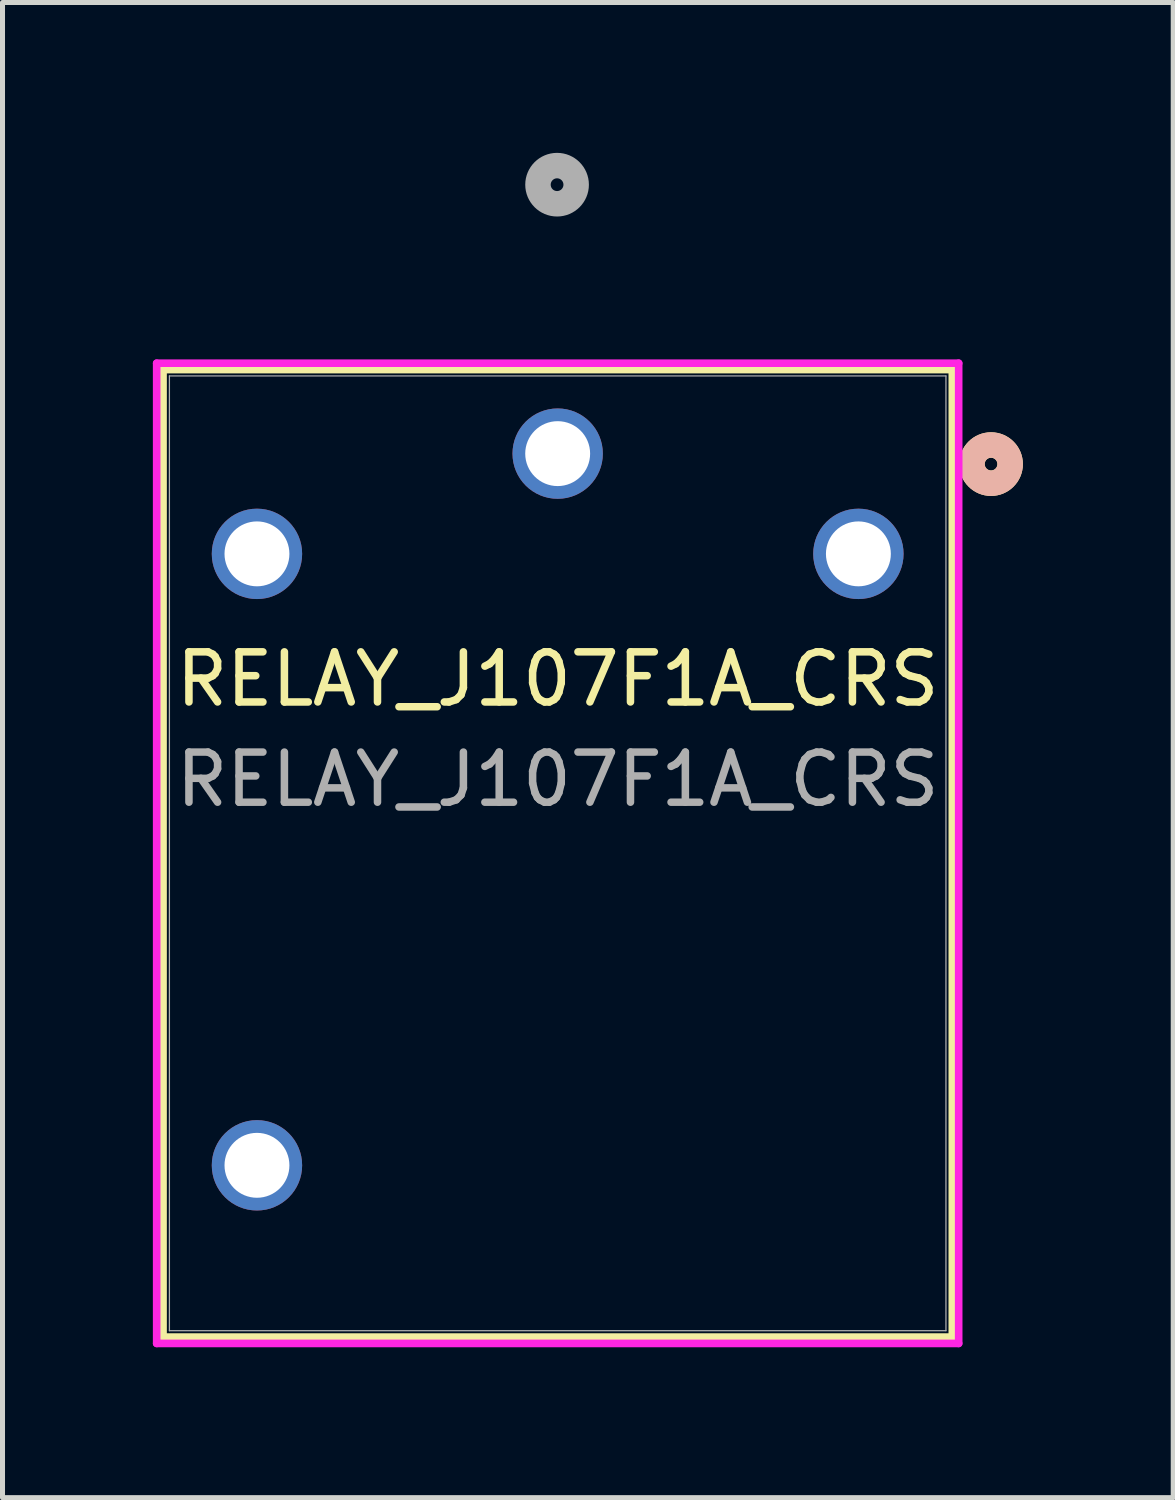
<source format=kicad_pcb>
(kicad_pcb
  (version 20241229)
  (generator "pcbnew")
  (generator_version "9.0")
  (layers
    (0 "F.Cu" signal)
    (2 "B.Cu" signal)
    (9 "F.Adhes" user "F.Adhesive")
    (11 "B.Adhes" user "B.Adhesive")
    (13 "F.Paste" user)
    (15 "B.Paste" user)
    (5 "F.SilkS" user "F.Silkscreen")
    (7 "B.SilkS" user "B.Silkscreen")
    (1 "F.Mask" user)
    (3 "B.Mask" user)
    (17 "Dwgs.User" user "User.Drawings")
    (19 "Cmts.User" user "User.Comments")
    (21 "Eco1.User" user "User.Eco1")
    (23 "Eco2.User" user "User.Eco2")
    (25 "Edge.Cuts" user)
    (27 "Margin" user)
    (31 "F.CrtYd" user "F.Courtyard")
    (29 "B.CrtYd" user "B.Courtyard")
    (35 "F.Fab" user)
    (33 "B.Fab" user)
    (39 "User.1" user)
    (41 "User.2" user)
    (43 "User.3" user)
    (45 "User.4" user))
  (footprint "RELAY_J107F1A_CRS"
    (layer "F.Cu")
    (at 8.077 6.001)
    (property "Reference" "RELAY_J107F1A_CRS" (at 0 4.5 0) (unlocked yes) (layer "F.SilkS") (effects (font (size 1 1) (thickness 0.15))))
    (attr through_hole)
    (fp_line (start -7.874 -1.677) (end -7.874 17.627) (stroke (width 0.152) (type solid)) (layer "F.SilkS"))
    (fp_line (start -7.874 17.627) (end 7.874 17.627) (stroke (width 0.152) (type solid)) (layer "F.SilkS"))
    (fp_line (start 7.874 -1.677) (end -7.874 -1.677) (stroke (width 0.152) (type solid)) (layer "F.SilkS"))
    (fp_line (start 7.874 17.627) (end 7.874 -1.677) (stroke (width 0.152) (type solid)) (layer "F.SilkS"))
    (fp_circle (center 8.647 0.209) (end 9.028 0.209) (stroke (width 0.508) (type solid)) (fill no) (layer "F.SilkS"))
    (fp_circle (center 8.647 0.209) (end 9.028 0.209) (stroke (width 0.508) (type solid)) (fill no) (layer "B.SilkS"))
    (fp_line (start -8.001 -1.804) (end -8.001 17.754) (stroke (width 0.152) (type solid)) (layer "F.CrtYd"))
    (fp_line (start -8.001 17.754) (end 8.001 17.754) (stroke (width 0.152) (type solid)) (layer "F.CrtYd"))
    (fp_line (start 8.001 -1.804) (end -8.001 -1.804) (stroke (width 0.152) (type solid)) (layer "F.CrtYd"))
    (fp_line (start 8.001 17.754) (end 8.001 -1.804) (stroke (width 0.152) (type solid)) (layer "F.CrtYd"))
    (fp_line (start -7.747 -1.55) (end -7.747 17.5) (stroke (width 0.025) (type solid)) (layer "F.Fab"))
    (fp_line (start -7.747 17.5) (end 7.747 17.5) (stroke (width 0.025) (type solid)) (layer "F.Fab"))
    (fp_line (start 7.747 -1.55) (end -7.747 -1.55) (stroke (width 0.025) (type solid)) (layer "F.Fab"))
    (fp_line (start 7.747 17.5) (end 7.747 -1.55) (stroke (width 0.025) (type solid)) (layer "F.Fab"))
    (fp_circle (center -0.012 -5.366) (end 0.369 -5.366) (stroke (width 0.508) (type solid)) (fill no) (layer "F.Fab"))
    (fp_text user "${REFERENCE}" (at 0 6.5 0) (unlocked yes) (layer "F.Fab") (effects (font (size 1 1) (thickness 0.15))))
    (pad "1" thru_hole circle (at 0 0) (size 1.803 1.803) (drill 1.295) (layers "*.Cu" "*.Mask"))
    (pad "2" thru_hole circle (at -6 2) (size 1.803 1.803) (drill 1.295) (layers "*.Cu" "*.Mask"))
    (pad "3" thru_hole circle (at -6 14.2) (size 1.803 1.803) (drill 1.295) (layers "*.Cu" "*.Mask"))
    (pad "4" thru_hole circle (at 6 2) (size 1.803 1.803) (drill 1.295) (layers "*.Cu" "*.Mask")))
  (gr_rect
    (start -3 -3)
    (end 20.359 26.832)
    (stroke (width 0.1) (type default))
    (fill no)
    (layer "Edge.Cuts")))
</source>
